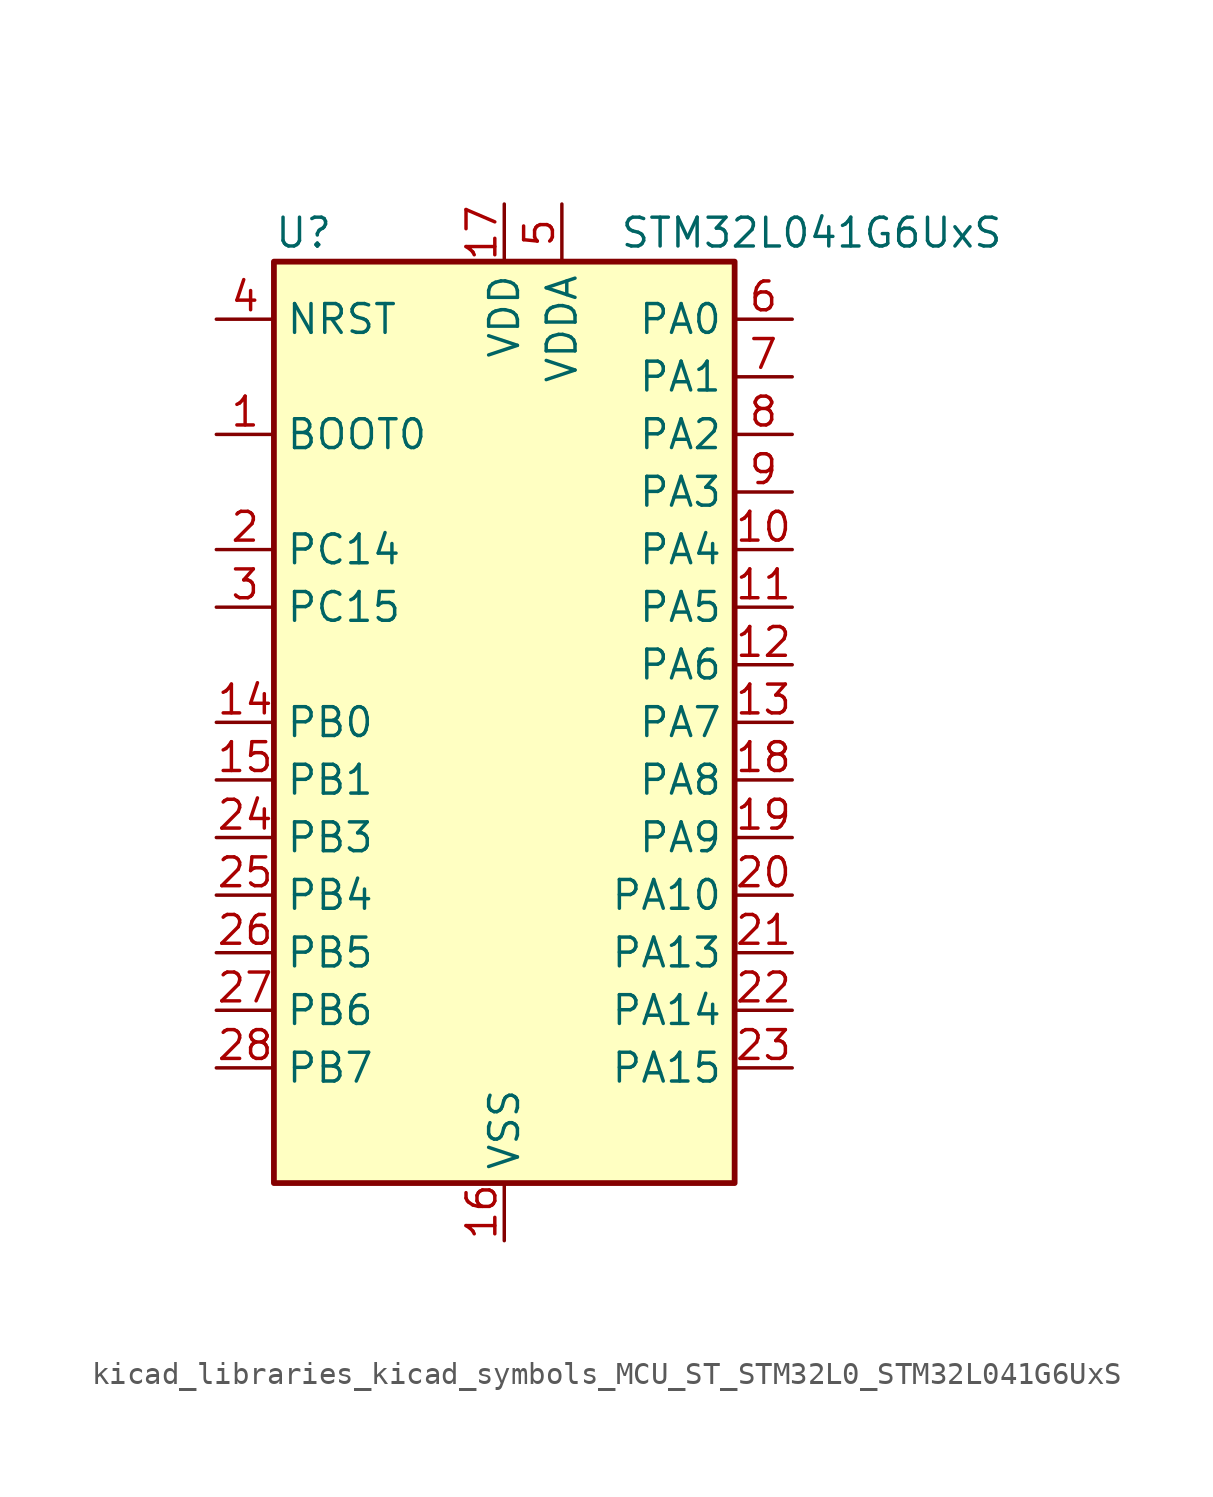
<source format=kicad_sym>
(kicad_symbol_lib
  (version 20220914)
  (generator kicad_symbol_editor)
  (symbol "kicad_libraries_kicad_symbols_MCU_ST_STM32L0_STM32L041G6UxS"
    (property "Reference" "U"
      (at -10.16 21.59 0)
      (effects (font (size 1.27 1.27)) (justify left)))
    (property "Value" "STM32L041G6UxS"
      (at 5.08 21.59 0)
      (effects (font (size 1.27 1.27)) (justify left)))
    (property "ki_locked" ""
      (at 0 0 0)
      (effects (font (size 1.27 1.27))))
    (symbol "kicad_libraries_kicad_symbols_MCU_ST_STM32L0_STM32L041G6UxS_0_1"
      (rectangle (start -10.16 -20.32) (end 10.16 20.32) (stroke (width 0.254) (type default)) (fill (type background))))
    (symbol "kicad_libraries_kicad_symbols_MCU_ST_STM32L0_STM32L041G6UxS_1_1"
      (pin input line (at -12.7 12.7 0) (length 2.54) (name "BOOT0" (effects (font (size 1.27 1.27)))) (number "1" (effects (font (size 1.27 1.27)))))
      (pin bidirectional line (at 12.7 7.62 180) (length 2.54) (name "PA4" (effects (font (size 1.27 1.27)))) (number "10" (effects (font (size 1.27 1.27)))) (alternate "ADC_IN4" bidirectional line) (alternate "COMP1_INM" bidirectional line) (alternate "COMP2_INM" bidirectional line) (alternate "LPTIM1_IN1" bidirectional line) (alternate "SPI1_NSS" bidirectional line) (alternate "TIM22_ETR" bidirectional line) (alternate "USART2_CK" bidirectional line))
      (pin bidirectional line (at 12.7 5.08 180) (length 2.54) (name "PA5" (effects (font (size 1.27 1.27)))) (number "11" (effects (font (size 1.27 1.27)))) (alternate "ADC_IN5" bidirectional line) (alternate "COMP1_INM" bidirectional line) (alternate "COMP2_INM" bidirectional line) (alternate "LPTIM1_IN2" bidirectional line) (alternate "SPI1_SCK" bidirectional line) (alternate "TIM2_CH1" bidirectional line) (alternate "TIM2_ETR" bidirectional line))
      (pin bidirectional line (at 12.7 2.54 180) (length 2.54) (name "PA6" (effects (font (size 1.27 1.27)))) (number "12" (effects (font (size 1.27 1.27)))) (alternate "ADC_IN6" bidirectional line) (alternate "COMP1_OUT" bidirectional line) (alternate "LPTIM1_ETR" bidirectional line) (alternate "LPUART1_CTS" bidirectional line) (alternate "SPI1_MISO" bidirectional line) (alternate "TIM22_CH1" bidirectional line))
      (pin bidirectional line (at 12.7 0 180) (length 2.54) (name "PA7" (effects (font (size 1.27 1.27)))) (number "13" (effects (font (size 1.27 1.27)))) (alternate "ADC_IN7" bidirectional line) (alternate "COMP2_OUT" bidirectional line) (alternate "LPTIM1_OUT" bidirectional line) (alternate "SPI1_MOSI" bidirectional line) (alternate "TIM22_CH2" bidirectional line) (alternate "USART2_CTS" bidirectional line))
      (pin bidirectional line (at -12.7 0 0) (length 2.54) (name "PB0" (effects (font (size 1.27 1.27)))) (number "14" (effects (font (size 1.27 1.27)))) (alternate "ADC_IN8" bidirectional line) (alternate "SPI1_MISO" bidirectional line) (alternate "SYS_VREF_OUT_PB0" bidirectional line) (alternate "TIM2_CH3" bidirectional line) (alternate "USART2_DE" bidirectional line) (alternate "USART2_RTS" bidirectional line))
      (pin bidirectional line (at -12.7 -2.54 0) (length 2.54) (name "PB1" (effects (font (size 1.27 1.27)))) (number "15" (effects (font (size 1.27 1.27)))) (alternate "ADC_IN9" bidirectional line) (alternate "LPUART1_DE" bidirectional line) (alternate "LPUART1_RTS" bidirectional line) (alternate "SPI1_MOSI" bidirectional line) (alternate "SYS_VREF_OUT_PB1" bidirectional line) (alternate "TIM2_CH4" bidirectional line) (alternate "USART2_CK" bidirectional line))
      (pin power_in line (at 0 -22.86 90) (length 2.54) (name "VSS" (effects (font (size 1.27 1.27)))) (number "16" (effects (font (size 1.27 1.27)))))
      (pin power_in line (at 0 22.86 270) (length 2.54) (name "VDD" (effects (font (size 1.27 1.27)))) (number "17" (effects (font (size 1.27 1.27)))))
      (pin bidirectional line (at 12.7 -2.54 180) (length 2.54) (name "PA8" (effects (font (size 1.27 1.27)))) (number "18" (effects (font (size 1.27 1.27)))) (alternate "LPTIM1_IN1" bidirectional line) (alternate "RCC_MCO" bidirectional line) (alternate "TIM2_CH1" bidirectional line) (alternate "USART2_CK" bidirectional line))
      (pin bidirectional line (at 12.7 -5.08 180) (length 2.54) (name "PA9" (effects (font (size 1.27 1.27)))) (number "19" (effects (font (size 1.27 1.27)))) (alternate "I2C1_SCL" bidirectional line) (alternate "RCC_MCO" bidirectional line) (alternate "TIM22_CH1" bidirectional line) (alternate "USART2_TX" bidirectional line))
      (pin bidirectional line (at -12.7 7.62 0) (length 2.54) (name "PC14" (effects (font (size 1.27 1.27)))) (number "2" (effects (font (size 1.27 1.27)))) (alternate "RCC_OSC32_IN" bidirectional line))
      (pin bidirectional line (at 12.7 -7.62 180) (length 2.54) (name "PA10" (effects (font (size 1.27 1.27)))) (number "20" (effects (font (size 1.27 1.27)))) (alternate "I2C1_SDA" bidirectional line) (alternate "TIM22_CH2" bidirectional line) (alternate "USART2_RX" bidirectional line))
      (pin bidirectional line (at 12.7 -10.16 180) (length 2.54) (name "PA13" (effects (font (size 1.27 1.27)))) (number "21" (effects (font (size 1.27 1.27)))) (alternate "LPTIM1_ETR" bidirectional line) (alternate "LPUART1_RX" bidirectional line) (alternate "SYS_SWDIO" bidirectional line))
      (pin bidirectional line (at 12.7 -12.7 180) (length 2.54) (name "PA14" (effects (font (size 1.27 1.27)))) (number "22" (effects (font (size 1.27 1.27)))) (alternate "I2C1_SMBA" bidirectional line) (alternate "LPTIM1_OUT" bidirectional line) (alternate "LPUART1_TX" bidirectional line) (alternate "SYS_SWCLK" bidirectional line) (alternate "USART2_TX" bidirectional line))
      (pin bidirectional line (at 12.7 -15.24 180) (length 2.54) (name "PA15" (effects (font (size 1.27 1.27)))) (number "23" (effects (font (size 1.27 1.27)))) (alternate "SPI1_NSS" bidirectional line) (alternate "TIM2_CH1" bidirectional line) (alternate "TIM2_ETR" bidirectional line) (alternate "USART2_RX" bidirectional line))
      (pin bidirectional line (at -12.7 -5.08 0) (length 2.54) (name "PB3" (effects (font (size 1.27 1.27)))) (number "24" (effects (font (size 1.27 1.27)))) (alternate "COMP2_INM" bidirectional line) (alternate "SPI1_SCK" bidirectional line) (alternate "TIM2_CH2" bidirectional line))
      (pin bidirectional line (at -12.7 -7.62 0) (length 2.54) (name "PB4" (effects (font (size 1.27 1.27)))) (number "25" (effects (font (size 1.27 1.27)))) (alternate "COMP2_INP" bidirectional line) (alternate "SPI1_MISO" bidirectional line) (alternate "TIM22_CH1" bidirectional line))
      (pin bidirectional line (at -12.7 -10.16 0) (length 2.54) (name "PB5" (effects (font (size 1.27 1.27)))) (number "26" (effects (font (size 1.27 1.27)))) (alternate "COMP2_INP" bidirectional line) (alternate "I2C1_SMBA" bidirectional line) (alternate "LPTIM1_IN1" bidirectional line) (alternate "SPI1_MOSI" bidirectional line) (alternate "TIM22_CH2" bidirectional line))
      (pin bidirectional line (at -12.7 -12.7 0) (length 2.54) (name "PB6" (effects (font (size 1.27 1.27)))) (number "27" (effects (font (size 1.27 1.27)))) (alternate "COMP2_INP" bidirectional line) (alternate "I2C1_SCL" bidirectional line) (alternate "LPTIM1_ETR" bidirectional line) (alternate "TIM21_CH1" bidirectional line) (alternate "USART2_TX" bidirectional line))
      (pin bidirectional line (at -12.7 -15.24 0) (length 2.54) (name "PB7" (effects (font (size 1.27 1.27)))) (number "28" (effects (font (size 1.27 1.27)))) (alternate "COMP2_INP" bidirectional line) (alternate "I2C1_SDA" bidirectional line) (alternate "LPTIM1_IN2" bidirectional line) (alternate "SYS_PVD_IN" bidirectional line) (alternate "USART2_RX" bidirectional line))
      (pin bidirectional line (at -12.7 5.08 0) (length 2.54) (name "PC15" (effects (font (size 1.27 1.27)))) (number "3" (effects (font (size 1.27 1.27)))) (alternate "RCC_OSC32_OUT" bidirectional line))
      (pin input line (at -12.7 17.78 0) (length 2.54) (name "NRST" (effects (font (size 1.27 1.27)))) (number "4" (effects (font (size 1.27 1.27)))))
      (pin power_in line (at 2.54 22.86 270) (length 2.54) (name "VDDA" (effects (font (size 1.27 1.27)))) (number "5" (effects (font (size 1.27 1.27)))))
      (pin bidirectional line (at 12.7 17.78 180) (length 2.54) (name "PA0" (effects (font (size 1.27 1.27)))) (number "6" (effects (font (size 1.27 1.27)))) (alternate "ADC_IN0" bidirectional line) (alternate "COMP1_INM" bidirectional line) (alternate "COMP1_OUT" bidirectional line) (alternate "LPTIM1_IN1" bidirectional line) (alternate "RCC_CK_IN" bidirectional line) (alternate "RTC_TAMP2" bidirectional line) (alternate "SYS_WKUP1" bidirectional line) (alternate "TIM2_CH1" bidirectional line) (alternate "TIM2_ETR" bidirectional line) (alternate "USART2_CTS" bidirectional line))
      (pin bidirectional line (at 12.7 15.24 180) (length 2.54) (name "PA1" (effects (font (size 1.27 1.27)))) (number "7" (effects (font (size 1.27 1.27)))) (alternate "ADC_IN1" bidirectional line) (alternate "COMP1_INP" bidirectional line) (alternate "I2C1_SMBA" bidirectional line) (alternate "LPTIM1_IN2" bidirectional line) (alternate "TIM21_ETR" bidirectional line) (alternate "TIM2_CH2" bidirectional line) (alternate "USART2_DE" bidirectional line) (alternate "USART2_RTS" bidirectional line))
      (pin bidirectional line (at 12.7 12.7 180) (length 2.54) (name "PA2" (effects (font (size 1.27 1.27)))) (number "8" (effects (font (size 1.27 1.27)))) (alternate "ADC_IN2" bidirectional line) (alternate "COMP2_INM" bidirectional line) (alternate "COMP2_OUT" bidirectional line) (alternate "LPUART1_TX" bidirectional line) (alternate "RTC_OUT_ALARM" bidirectional line) (alternate "RTC_OUT_CALIB" bidirectional line) (alternate "RTC_TAMP3" bidirectional line) (alternate "RTC_TS" bidirectional line) (alternate "SYS_WKUP3" bidirectional line) (alternate "TIM21_CH1" bidirectional line) (alternate "TIM2_CH3" bidirectional line) (alternate "USART2_TX" bidirectional line))
      (pin bidirectional line (at 12.7 10.16 180) (length 2.54) (name "PA3" (effects (font (size 1.27 1.27)))) (number "9" (effects (font (size 1.27 1.27)))) (alternate "ADC_IN3" bidirectional line) (alternate "COMP2_INP" bidirectional line) (alternate "LPUART1_RX" bidirectional line) (alternate "TIM21_CH2" bidirectional line) (alternate "TIM2_CH4" bidirectional line) (alternate "USART2_RX" bidirectional line)))))
</source>
